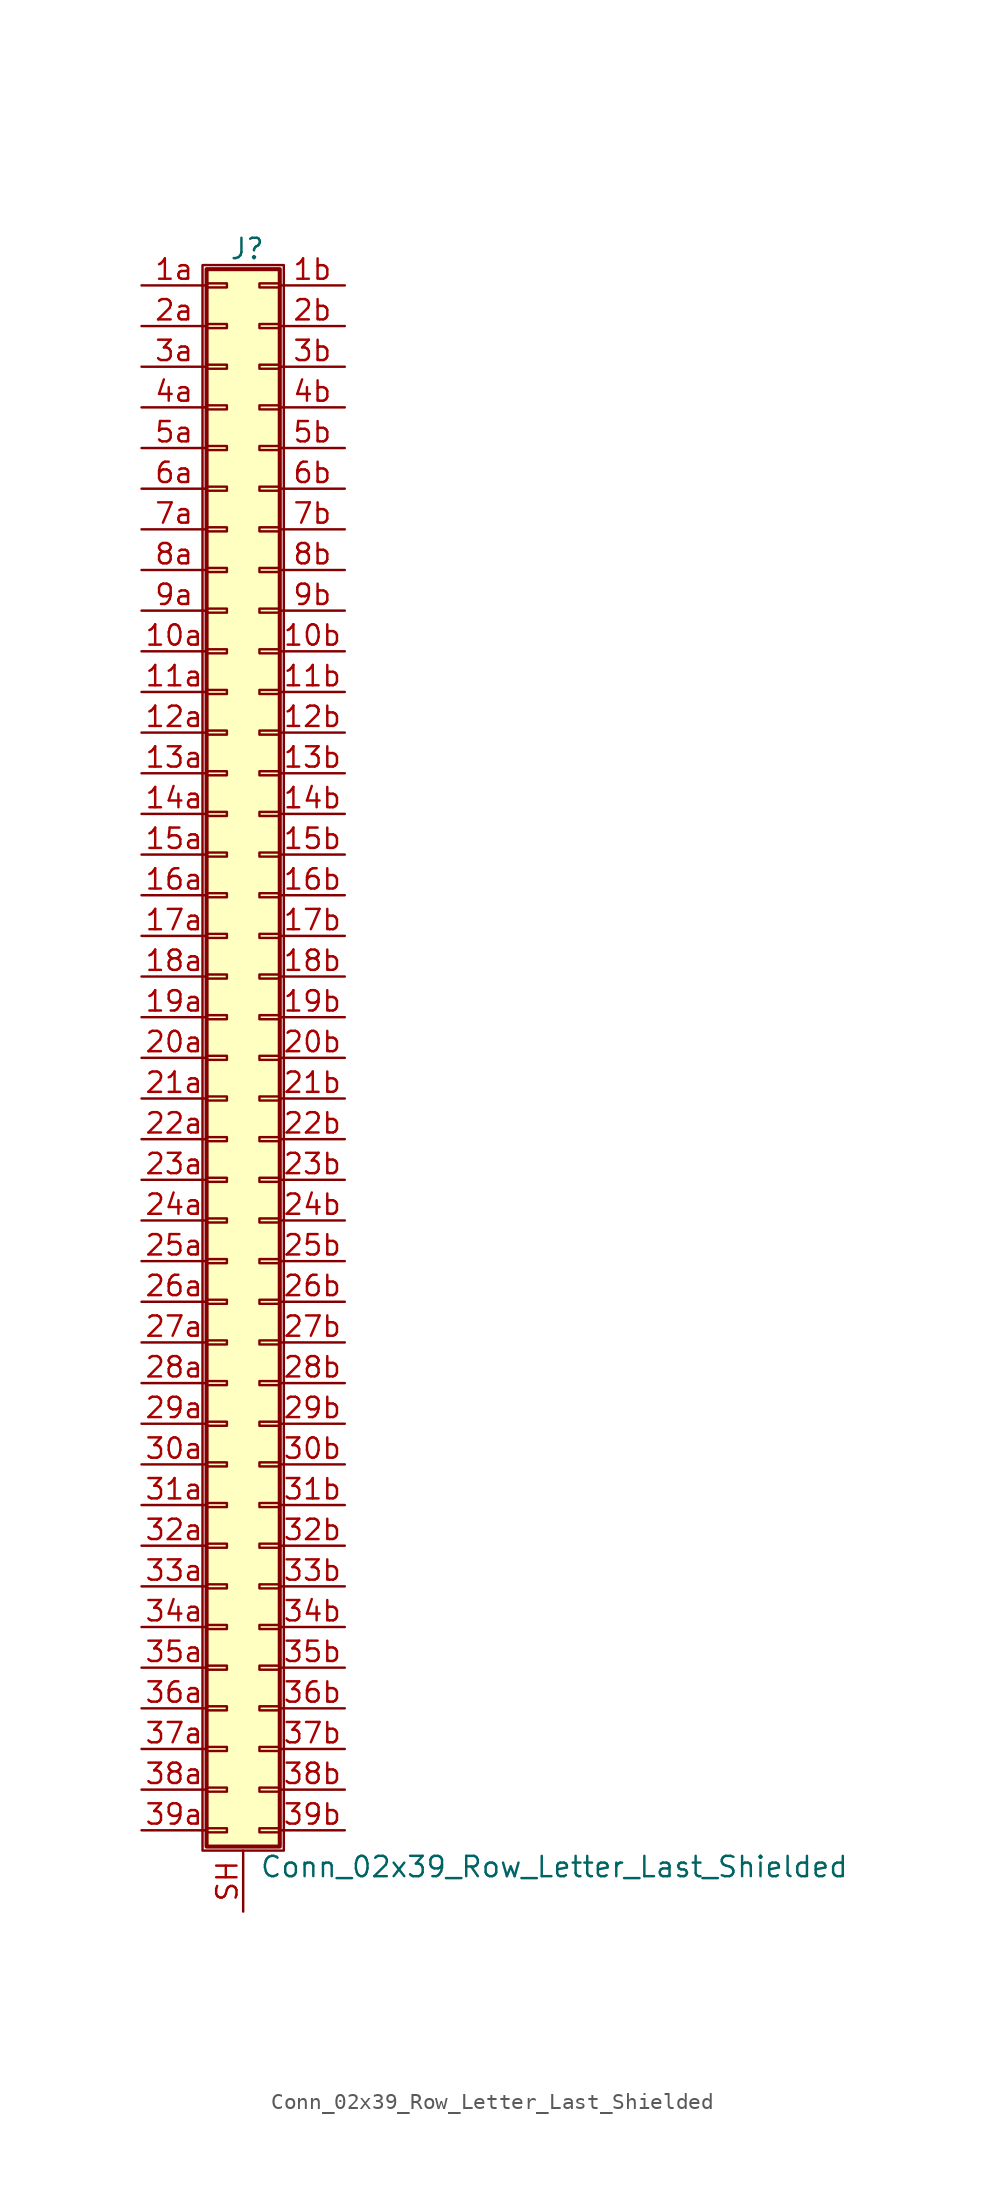
<source format=kicad_sym>
(kicad_symbol_lib
  (version 20201005)
  (generator kicad_symbol_editor)
  (symbol "Conn_02x39_Row_Letter_Last_Shielded"
    (pin_names
      (offset 1.016) hide)
    (property "Reference" "J"
      (at 1.524 50.546 0)
      (effects (font (size 1.27 1.27))))
    (property "Value" "Conn_02x39_Row_Letter_Last_Shielded"
      (at 2.286 -50.546 0)
      (effects (font (size 1.27 1.27)) (justify left)))
    (symbol "Conn_02x39_Row_Letter_Last_Shielded_1_1"
      (rectangle (start -1.27 49.53) (end 3.81 -49.53) (stroke (width 0.152)) (fill (type none)))
      (rectangle (start -1.016 -48.133) (end 0.254 -48.387) (stroke (width 0.152)) (fill (type none)))
      (rectangle (start -1.016 -45.593) (end 0.254 -45.847) (stroke (width 0.152)) (fill (type none)))
      (rectangle (start -1.016 -43.053) (end 0.254 -43.307) (stroke (width 0.152)) (fill (type none)))
      (rectangle (start -1.016 -40.513) (end 0.254 -40.767) (stroke (width 0.152)) (fill (type none)))
      (rectangle (start -1.016 -37.973) (end 0.254 -38.227) (stroke (width 0.152)) (fill (type none)))
      (rectangle (start -1.016 -35.433) (end 0.254 -35.687) (stroke (width 0.152)) (fill (type none)))
      (rectangle (start -1.016 -32.893) (end 0.254 -33.147) (stroke (width 0.152)) (fill (type none)))
      (rectangle (start -1.016 -30.353) (end 0.254 -30.607) (stroke (width 0.152)) (fill (type none)))
      (rectangle (start -1.016 -27.813) (end 0.254 -28.067) (stroke (width 0.152)) (fill (type none)))
      (rectangle (start -1.016 -25.273) (end 0.254 -25.527) (stroke (width 0.152)) (fill (type none)))
      (rectangle (start -1.016 -22.733) (end 0.254 -22.987) (stroke (width 0.152)) (fill (type none)))
      (rectangle (start -1.016 -20.193) (end 0.254 -20.447) (stroke (width 0.152)) (fill (type none)))
      (rectangle (start -1.016 -17.653) (end 0.254 -17.907) (stroke (width 0.152)) (fill (type none)))
      (rectangle (start -1.016 -15.113) (end 0.254 -15.367) (stroke (width 0.152)) (fill (type none)))
      (rectangle (start -1.016 -12.573) (end 0.254 -12.827) (stroke (width 0.152)) (fill (type none)))
      (rectangle (start -1.016 -10.033) (end 0.254 -10.287) (stroke (width 0.152)) (fill (type none)))
      (rectangle (start -1.016 -7.493) (end 0.254 -7.747) (stroke (width 0.152)) (fill (type none)))
      (rectangle (start -1.016 -4.953) (end 0.254 -5.207) (stroke (width 0.152)) (fill (type none)))
      (rectangle (start -1.016 -2.413) (end 0.254 -2.667) (stroke (width 0.152)) (fill (type none)))
      (rectangle (start -1.016 0.127) (end 0.254 -0.127) (stroke (width 0.152)) (fill (type none)))
      (rectangle (start -1.016 2.667) (end 0.254 2.413) (stroke (width 0.152)) (fill (type none)))
      (rectangle (start -1.016 5.207) (end 0.254 4.953) (stroke (width 0.152)) (fill (type none)))
      (rectangle (start -1.016 7.747) (end 0.254 7.493) (stroke (width 0.152)) (fill (type none)))
      (rectangle (start -1.016 10.287) (end 0.254 10.033) (stroke (width 0.152)) (fill (type none)))
      (rectangle (start -1.016 12.827) (end 0.254 12.573) (stroke (width 0.152)) (fill (type none)))
      (rectangle (start -1.016 15.367) (end 0.254 15.113) (stroke (width 0.152)) (fill (type none)))
      (rectangle (start -1.016 17.907) (end 0.254 17.653) (stroke (width 0.152)) (fill (type none)))
      (rectangle (start -1.016 20.447) (end 0.254 20.193) (stroke (width 0.152)) (fill (type none)))
      (rectangle (start -1.016 22.987) (end 0.254 22.733) (stroke (width 0.152)) (fill (type none)))
      (rectangle (start -1.016 25.527) (end 0.254 25.273) (stroke (width 0.152)) (fill (type none)))
      (rectangle (start -1.016 28.067) (end 0.254 27.813) (stroke (width 0.152)) (fill (type none)))
      (rectangle (start -1.016 30.607) (end 0.254 30.353) (stroke (width 0.152)) (fill (type none)))
      (rectangle (start -1.016 33.147) (end 0.254 32.893) (stroke (width 0.152)) (fill (type none)))
      (rectangle (start -1.016 35.687) (end 0.254 35.433) (stroke (width 0.152)) (fill (type none)))
      (rectangle (start -1.016 38.227) (end 0.254 37.973) (stroke (width 0.152)) (fill (type none)))
      (rectangle (start -1.016 40.767) (end 0.254 40.513) (stroke (width 0.152)) (fill (type none)))
      (rectangle (start -1.016 43.307) (end 0.254 43.053) (stroke (width 0.152)) (fill (type none)))
      (rectangle (start -1.016 45.847) (end 0.254 45.593) (stroke (width 0.152)) (fill (type none)))
      (rectangle (start -1.016 48.387) (end 0.254 48.133) (stroke (width 0.152)) (fill (type none)))
      (rectangle (start 3.556 -48.133) (end 2.286 -48.387) (stroke (width 0.152)) (fill (type none)))
      (rectangle (start 3.556 -45.593) (end 2.286 -45.847) (stroke (width 0.152)) (fill (type none)))
      (rectangle (start 3.556 -43.053) (end 2.286 -43.307) (stroke (width 0.152)) (fill (type none)))
      (rectangle (start 3.556 -40.513) (end 2.286 -40.767) (stroke (width 0.152)) (fill (type none)))
      (rectangle (start 3.556 -37.973) (end 2.286 -38.227) (stroke (width 0.152)) (fill (type none)))
      (rectangle (start 3.556 -35.433) (end 2.286 -35.687) (stroke (width 0.152)) (fill (type none)))
      (rectangle (start 3.556 -32.893) (end 2.286 -33.147) (stroke (width 0.152)) (fill (type none)))
      (rectangle (start 3.556 -30.353) (end 2.286 -30.607) (stroke (width 0.152)) (fill (type none)))
      (rectangle (start 3.556 -27.813) (end 2.286 -28.067) (stroke (width 0.152)) (fill (type none)))
      (rectangle (start 3.556 -25.273) (end 2.286 -25.527) (stroke (width 0.152)) (fill (type none)))
      (rectangle (start 3.556 -22.733) (end 2.286 -22.987) (stroke (width 0.152)) (fill (type none)))
      (rectangle (start 3.556 -20.193) (end 2.286 -20.447) (stroke (width 0.152)) (fill (type none)))
      (rectangle (start 3.556 -17.653) (end 2.286 -17.907) (stroke (width 0.152)) (fill (type none)))
      (rectangle (start 3.556 -15.113) (end 2.286 -15.367) (stroke (width 0.152)) (fill (type none)))
      (rectangle (start 3.556 -12.573) (end 2.286 -12.827) (stroke (width 0.152)) (fill (type none)))
      (rectangle (start 3.556 -10.033) (end 2.286 -10.287) (stroke (width 0.152)) (fill (type none)))
      (rectangle (start 3.556 -7.493) (end 2.286 -7.747) (stroke (width 0.152)) (fill (type none)))
      (rectangle (start 3.556 -4.953) (end 2.286 -5.207) (stroke (width 0.152)) (fill (type none)))
      (rectangle (start 3.556 -2.413) (end 2.286 -2.667) (stroke (width 0.152)) (fill (type none)))
      (rectangle (start 3.556 0.127) (end 2.286 -0.127) (stroke (width 0.152)) (fill (type none)))
      (rectangle (start 3.556 2.667) (end 2.286 2.413) (stroke (width 0.152)) (fill (type none)))
      (rectangle (start 3.556 5.207) (end 2.286 4.953) (stroke (width 0.152)) (fill (type none)))
      (rectangle (start 3.556 7.747) (end 2.286 7.493) (stroke (width 0.152)) (fill (type none)))
      (rectangle (start 3.556 10.287) (end 2.286 10.033) (stroke (width 0.152)) (fill (type none)))
      (rectangle (start 3.556 12.827) (end 2.286 12.573) (stroke (width 0.152)) (fill (type none)))
      (rectangle (start 3.556 15.367) (end 2.286 15.113) (stroke (width 0.152)) (fill (type none)))
      (rectangle (start 3.556 17.907) (end 2.286 17.653) (stroke (width 0.152)) (fill (type none)))
      (rectangle (start 3.556 20.447) (end 2.286 20.193) (stroke (width 0.152)) (fill (type none)))
      (rectangle (start 3.556 22.987) (end 2.286 22.733) (stroke (width 0.152)) (fill (type none)))
      (rectangle (start 3.556 25.527) (end 2.286 25.273) (stroke (width 0.152)) (fill (type none)))
      (rectangle (start 3.556 28.067) (end 2.286 27.813) (stroke (width 0.152)) (fill (type none)))
      (rectangle (start 3.556 30.607) (end 2.286 30.353) (stroke (width 0.152)) (fill (type none)))
      (rectangle (start 3.556 33.147) (end 2.286 32.893) (stroke (width 0.152)) (fill (type none)))
      (rectangle (start 3.556 35.687) (end 2.286 35.433) (stroke (width 0.152)) (fill (type none)))
      (rectangle (start 3.556 38.227) (end 2.286 37.973) (stroke (width 0.152)) (fill (type none)))
      (rectangle (start 3.556 40.767) (end 2.286 40.513) (stroke (width 0.152)) (fill (type none)))
      (rectangle (start 3.556 43.307) (end 2.286 43.053) (stroke (width 0.152)) (fill (type none)))
      (rectangle (start 3.556 45.847) (end 2.286 45.593) (stroke (width 0.152)) (fill (type none)))
      (rectangle (start 3.556 48.387) (end 2.286 48.133) (stroke (width 0.152)) (fill (type none)))
      (rectangle (start -1.016 49.276) (end 3.556 -49.276) (stroke (width 0.254)) (fill (type background)))
      (pin passive line (at -5.08 25.4 0) (length 4.064) (name "Pin_10a" (effects (font (size 1.27 1.27)))) (number "10a" (effects (font (size 1.27 1.27)))))
      (pin passive line (at 7.62 25.4 180) (length 4.064) (name "Pin_10b" (effects (font (size 1.27 1.27)))) (number "10b" (effects (font (size 1.27 1.27)))))
      (pin passive line (at -5.08 22.86 0) (length 4.064) (name "Pin_11a" (effects (font (size 1.27 1.27)))) (number "11a" (effects (font (size 1.27 1.27)))))
      (pin passive line (at 7.62 22.86 180) (length 4.064) (name "Pin_11b" (effects (font (size 1.27 1.27)))) (number "11b" (effects (font (size 1.27 1.27)))))
      (pin passive line (at -5.08 20.32 0) (length 4.064) (name "Pin_12a" (effects (font (size 1.27 1.27)))) (number "12a" (effects (font (size 1.27 1.27)))))
      (pin passive line (at 7.62 20.32 180) (length 4.064) (name "Pin_12b" (effects (font (size 1.27 1.27)))) (number "12b" (effects (font (size 1.27 1.27)))))
      (pin passive line (at -5.08 17.78 0) (length 4.064) (name "Pin_13a" (effects (font (size 1.27 1.27)))) (number "13a" (effects (font (size 1.27 1.27)))))
      (pin passive line (at 7.62 17.78 180) (length 4.064) (name "Pin_13b" (effects (font (size 1.27 1.27)))) (number "13b" (effects (font (size 1.27 1.27)))))
      (pin passive line (at -5.08 15.24 0) (length 4.064) (name "Pin_14a" (effects (font (size 1.27 1.27)))) (number "14a" (effects (font (size 1.27 1.27)))))
      (pin passive line (at 7.62 15.24 180) (length 4.064) (name "Pin_14b" (effects (font (size 1.27 1.27)))) (number "14b" (effects (font (size 1.27 1.27)))))
      (pin passive line (at -5.08 12.7 0) (length 4.064) (name "Pin_15a" (effects (font (size 1.27 1.27)))) (number "15a" (effects (font (size 1.27 1.27)))))
      (pin passive line (at 7.62 12.7 180) (length 4.064) (name "Pin_15b" (effects (font (size 1.27 1.27)))) (number "15b" (effects (font (size 1.27 1.27)))))
      (pin passive line (at -5.08 10.16 0) (length 4.064) (name "Pin_16a" (effects (font (size 1.27 1.27)))) (number "16a" (effects (font (size 1.27 1.27)))))
      (pin passive line (at 7.62 10.16 180) (length 4.064) (name "Pin_16b" (effects (font (size 1.27 1.27)))) (number "16b" (effects (font (size 1.27 1.27)))))
      (pin passive line (at -5.08 7.62 0) (length 4.064) (name "Pin_17a" (effects (font (size 1.27 1.27)))) (number "17a" (effects (font (size 1.27 1.27)))))
      (pin passive line (at 7.62 7.62 180) (length 4.064) (name "Pin_17b" (effects (font (size 1.27 1.27)))) (number "17b" (effects (font (size 1.27 1.27)))))
      (pin passive line (at -5.08 5.08 0) (length 4.064) (name "Pin_18a" (effects (font (size 1.27 1.27)))) (number "18a" (effects (font (size 1.27 1.27)))))
      (pin passive line (at 7.62 5.08 180) (length 4.064) (name "Pin_18b" (effects (font (size 1.27 1.27)))) (number "18b" (effects (font (size 1.27 1.27)))))
      (pin passive line (at -5.08 2.54 0) (length 4.064) (name "Pin_19a" (effects (font (size 1.27 1.27)))) (number "19a" (effects (font (size 1.27 1.27)))))
      (pin passive line (at 7.62 2.54 180) (length 4.064) (name "Pin_19b" (effects (font (size 1.27 1.27)))) (number "19b" (effects (font (size 1.27 1.27)))))
      (pin passive line (at -5.08 48.26 0) (length 4.064) (name "Pin_1a" (effects (font (size 1.27 1.27)))) (number "1a" (effects (font (size 1.27 1.27)))))
      (pin passive line (at 7.62 48.26 180) (length 4.064) (name "Pin_1b" (effects (font (size 1.27 1.27)))) (number "1b" (effects (font (size 1.27 1.27)))))
      (pin passive line (at -5.08 0 0) (length 4.064) (name "Pin_20a" (effects (font (size 1.27 1.27)))) (number "20a" (effects (font (size 1.27 1.27)))))
      (pin passive line (at 7.62 0 180) (length 4.064) (name "Pin_20b" (effects (font (size 1.27 1.27)))) (number "20b" (effects (font (size 1.27 1.27)))))
      (pin passive line (at -5.08 -2.54 0) (length 4.064) (name "Pin_21a" (effects (font (size 1.27 1.27)))) (number "21a" (effects (font (size 1.27 1.27)))))
      (pin passive line (at 7.62 -2.54 180) (length 4.064) (name "Pin_21b" (effects (font (size 1.27 1.27)))) (number "21b" (effects (font (size 1.27 1.27)))))
      (pin passive line (at -5.08 -5.08 0) (length 4.064) (name "Pin_22a" (effects (font (size 1.27 1.27)))) (number "22a" (effects (font (size 1.27 1.27)))))
      (pin passive line (at 7.62 -5.08 180) (length 4.064) (name "Pin_22b" (effects (font (size 1.27 1.27)))) (number "22b" (effects (font (size 1.27 1.27)))))
      (pin passive line (at -5.08 -7.62 0) (length 4.064) (name "Pin_23a" (effects (font (size 1.27 1.27)))) (number "23a" (effects (font (size 1.27 1.27)))))
      (pin passive line (at 7.62 -7.62 180) (length 4.064) (name "Pin_23b" (effects (font (size 1.27 1.27)))) (number "23b" (effects (font (size 1.27 1.27)))))
      (pin passive line (at -5.08 -10.16 0) (length 4.064) (name "Pin_24a" (effects (font (size 1.27 1.27)))) (number "24a" (effects (font (size 1.27 1.27)))))
      (pin passive line (at 7.62 -10.16 180) (length 4.064) (name "Pin_24b" (effects (font (size 1.27 1.27)))) (number "24b" (effects (font (size 1.27 1.27)))))
      (pin passive line (at -5.08 -12.7 0) (length 4.064) (name "Pin_25a" (effects (font (size 1.27 1.27)))) (number "25a" (effects (font (size 1.27 1.27)))))
      (pin passive line (at 7.62 -12.7 180) (length 4.064) (name "Pin_25b" (effects (font (size 1.27 1.27)))) (number "25b" (effects (font (size 1.27 1.27)))))
      (pin passive line (at -5.08 -15.24 0) (length 4.064) (name "Pin_26a" (effects (font (size 1.27 1.27)))) (number "26a" (effects (font (size 1.27 1.27)))))
      (pin passive line (at 7.62 -15.24 180) (length 4.064) (name "Pin_26b" (effects (font (size 1.27 1.27)))) (number "26b" (effects (font (size 1.27 1.27)))))
      (pin passive line (at -5.08 -17.78 0) (length 4.064) (name "Pin_27a" (effects (font (size 1.27 1.27)))) (number "27a" (effects (font (size 1.27 1.27)))))
      (pin passive line (at 7.62 -17.78 180) (length 4.064) (name "Pin_27b" (effects (font (size 1.27 1.27)))) (number "27b" (effects (font (size 1.27 1.27)))))
      (pin passive line (at -5.08 -20.32 0) (length 4.064) (name "Pin_28a" (effects (font (size 1.27 1.27)))) (number "28a" (effects (font (size 1.27 1.27)))))
      (pin passive line (at 7.62 -20.32 180) (length 4.064) (name "Pin_28b" (effects (font (size 1.27 1.27)))) (number "28b" (effects (font (size 1.27 1.27)))))
      (pin passive line (at -5.08 -22.86 0) (length 4.064) (name "Pin_29a" (effects (font (size 1.27 1.27)))) (number "29a" (effects (font (size 1.27 1.27)))))
      (pin passive line (at 7.62 -22.86 180) (length 4.064) (name "Pin_29b" (effects (font (size 1.27 1.27)))) (number "29b" (effects (font (size 1.27 1.27)))))
      (pin passive line (at -5.08 45.72 0) (length 4.064) (name "Pin_2a" (effects (font (size 1.27 1.27)))) (number "2a" (effects (font (size 1.27 1.27)))))
      (pin passive line (at 7.62 45.72 180) (length 4.064) (name "Pin_2b" (effects (font (size 1.27 1.27)))) (number "2b" (effects (font (size 1.27 1.27)))))
      (pin passive line (at -5.08 -25.4 0) (length 4.064) (name "Pin_30a" (effects (font (size 1.27 1.27)))) (number "30a" (effects (font (size 1.27 1.27)))))
      (pin passive line (at 7.62 -25.4 180) (length 4.064) (name "Pin_30b" (effects (font (size 1.27 1.27)))) (number "30b" (effects (font (size 1.27 1.27)))))
      (pin passive line (at -5.08 -27.94 0) (length 4.064) (name "Pin_31a" (effects (font (size 1.27 1.27)))) (number "31a" (effects (font (size 1.27 1.27)))))
      (pin passive line (at 7.62 -27.94 180) (length 4.064) (name "Pin_31b" (effects (font (size 1.27 1.27)))) (number "31b" (effects (font (size 1.27 1.27)))))
      (pin passive line (at -5.08 -30.48 0) (length 4.064) (name "Pin_32a" (effects (font (size 1.27 1.27)))) (number "32a" (effects (font (size 1.27 1.27)))))
      (pin passive line (at 7.62 -30.48 180) (length 4.064) (name "Pin_32b" (effects (font (size 1.27 1.27)))) (number "32b" (effects (font (size 1.27 1.27)))))
      (pin passive line (at -5.08 -33.02 0) (length 4.064) (name "Pin_33a" (effects (font (size 1.27 1.27)))) (number "33a" (effects (font (size 1.27 1.27)))))
      (pin passive line (at 7.62 -33.02 180) (length 4.064) (name "Pin_33b" (effects (font (size 1.27 1.27)))) (number "33b" (effects (font (size 1.27 1.27)))))
      (pin passive line (at -5.08 -35.56 0) (length 4.064) (name "Pin_34a" (effects (font (size 1.27 1.27)))) (number "34a" (effects (font (size 1.27 1.27)))))
      (pin passive line (at 7.62 -35.56 180) (length 4.064) (name "Pin_34b" (effects (font (size 1.27 1.27)))) (number "34b" (effects (font (size 1.27 1.27)))))
      (pin passive line (at -5.08 -38.1 0) (length 4.064) (name "Pin_35a" (effects (font (size 1.27 1.27)))) (number "35a" (effects (font (size 1.27 1.27)))))
      (pin passive line (at 7.62 -38.1 180) (length 4.064) (name "Pin_35b" (effects (font (size 1.27 1.27)))) (number "35b" (effects (font (size 1.27 1.27)))))
      (pin passive line (at -5.08 -40.64 0) (length 4.064) (name "Pin_36a" (effects (font (size 1.27 1.27)))) (number "36a" (effects (font (size 1.27 1.27)))))
      (pin passive line (at 7.62 -40.64 180) (length 4.064) (name "Pin_36b" (effects (font (size 1.27 1.27)))) (number "36b" (effects (font (size 1.27 1.27)))))
      (pin passive line (at -5.08 -43.18 0) (length 4.064) (name "Pin_37a" (effects (font (size 1.27 1.27)))) (number "37a" (effects (font (size 1.27 1.27)))))
      (pin passive line (at 7.62 -43.18 180) (length 4.064) (name "Pin_37b" (effects (font (size 1.27 1.27)))) (number "37b" (effects (font (size 1.27 1.27)))))
      (pin passive line (at -5.08 -45.72 0) (length 4.064) (name "Pin_38a" (effects (font (size 1.27 1.27)))) (number "38a" (effects (font (size 1.27 1.27)))))
      (pin passive line (at 7.62 -45.72 180) (length 4.064) (name "Pin_38b" (effects (font (size 1.27 1.27)))) (number "38b" (effects (font (size 1.27 1.27)))))
      (pin passive line (at -5.08 -48.26 0) (length 4.064) (name "Pin_39a" (effects (font (size 1.27 1.27)))) (number "39a" (effects (font (size 1.27 1.27)))))
      (pin passive line (at 7.62 -48.26 180) (length 4.064) (name "Pin_39b" (effects (font (size 1.27 1.27)))) (number "39b" (effects (font (size 1.27 1.27)))))
      (pin passive line (at -5.08 43.18 0) (length 4.064) (name "Pin_3a" (effects (font (size 1.27 1.27)))) (number "3a" (effects (font (size 1.27 1.27)))))
      (pin passive line (at 7.62 43.18 180) (length 4.064) (name "Pin_3b" (effects (font (size 1.27 1.27)))) (number "3b" (effects (font (size 1.27 1.27)))))
      (pin passive line (at -5.08 40.64 0) (length 4.064) (name "Pin_4a" (effects (font (size 1.27 1.27)))) (number "4a" (effects (font (size 1.27 1.27)))))
      (pin passive line (at 7.62 40.64 180) (length 4.064) (name "Pin_4b" (effects (font (size 1.27 1.27)))) (number "4b" (effects (font (size 1.27 1.27)))))
      (pin passive line (at -5.08 38.1 0) (length 4.064) (name "Pin_5a" (effects (font (size 1.27 1.27)))) (number "5a" (effects (font (size 1.27 1.27)))))
      (pin passive line (at 7.62 38.1 180) (length 4.064) (name "Pin_5b" (effects (font (size 1.27 1.27)))) (number "5b" (effects (font (size 1.27 1.27)))))
      (pin passive line (at -5.08 35.56 0) (length 4.064) (name "Pin_6a" (effects (font (size 1.27 1.27)))) (number "6a" (effects (font (size 1.27 1.27)))))
      (pin passive line (at 7.62 35.56 180) (length 4.064) (name "Pin_6b" (effects (font (size 1.27 1.27)))) (number "6b" (effects (font (size 1.27 1.27)))))
      (pin passive line (at -5.08 33.02 0) (length 4.064) (name "Pin_7a" (effects (font (size 1.27 1.27)))) (number "7a" (effects (font (size 1.27 1.27)))))
      (pin passive line (at 7.62 33.02 180) (length 4.064) (name "Pin_7b" (effects (font (size 1.27 1.27)))) (number "7b" (effects (font (size 1.27 1.27)))))
      (pin passive line (at -5.08 30.48 0) (length 4.064) (name "Pin_8a" (effects (font (size 1.27 1.27)))) (number "8a" (effects (font (size 1.27 1.27)))))
      (pin passive line (at 7.62 30.48 180) (length 4.064) (name "Pin_8b" (effects (font (size 1.27 1.27)))) (number "8b" (effects (font (size 1.27 1.27)))))
      (pin passive line (at -5.08 27.94 0) (length 4.064) (name "Pin_9a" (effects (font (size 1.27 1.27)))) (number "9a" (effects (font (size 1.27 1.27)))))
      (pin passive line (at 7.62 27.94 180) (length 4.064) (name "Pin_9b" (effects (font (size 1.27 1.27)))) (number "9b" (effects (font (size 1.27 1.27)))))
      (pin passive line (at 1.27 -53.34 90) (length 3.81) (name "Shield" (effects (font (size 1.27 1.27)))) (number "SH" (effects (font (size 1.27 1.27))))))))
</source>
